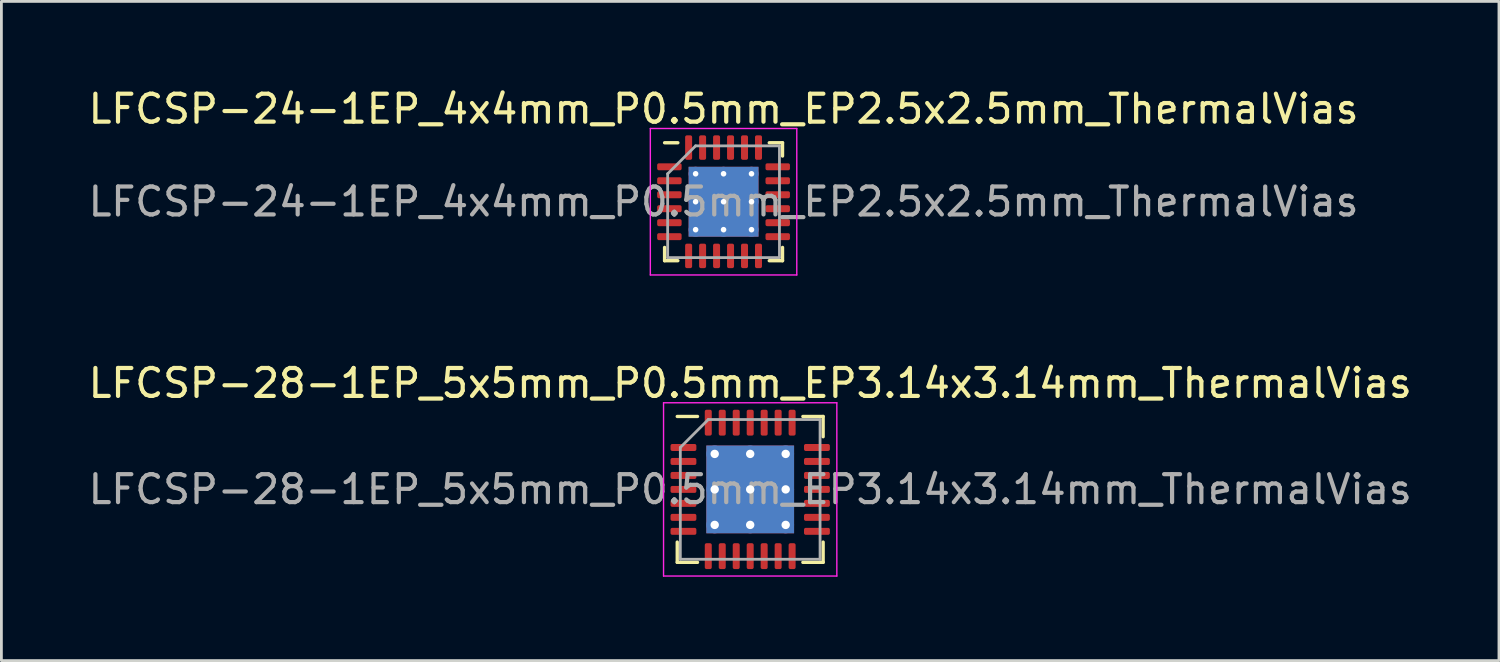
<source format=kicad_pcb>
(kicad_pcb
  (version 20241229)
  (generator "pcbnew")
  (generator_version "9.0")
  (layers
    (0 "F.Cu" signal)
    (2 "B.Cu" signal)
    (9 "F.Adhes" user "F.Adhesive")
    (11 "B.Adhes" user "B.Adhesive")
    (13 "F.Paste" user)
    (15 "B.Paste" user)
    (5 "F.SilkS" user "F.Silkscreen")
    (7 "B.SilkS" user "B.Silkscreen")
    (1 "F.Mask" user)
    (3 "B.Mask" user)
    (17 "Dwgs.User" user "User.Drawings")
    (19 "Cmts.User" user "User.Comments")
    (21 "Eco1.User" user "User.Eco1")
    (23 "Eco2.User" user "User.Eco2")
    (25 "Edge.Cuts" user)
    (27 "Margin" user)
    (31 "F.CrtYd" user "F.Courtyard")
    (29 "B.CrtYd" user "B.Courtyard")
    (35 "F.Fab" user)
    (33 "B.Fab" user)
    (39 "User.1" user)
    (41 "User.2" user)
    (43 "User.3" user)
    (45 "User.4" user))
  (footprint "LFCSP-24-1EP_4x4mm_P0.5mm_EP2.5x2.5mm_ThermalVias"
    (layer "F.Cu")
    (at 22.839 4.168)
    (property "Reference" "LFCSP-24-1EP_4x4mm_P0.5mm_EP2.5x2.5mm_ThermalVias" (at 0 -3.32 0) (layer "F.SilkS") (effects (font (size 1 1) (thickness 0.15))))
    (attr smd)
    (fp_line (start -2.11 2.11) (end -2.11 1.635) (stroke (width 0.12) (type solid)) (layer "F.SilkS"))
    (fp_line (start -1.635 -2.11) (end -2.11 -2.11) (stroke (width 0.12) (type solid)) (layer "F.SilkS"))
    (fp_line (start -1.635 2.11) (end -2.11 2.11) (stroke (width 0.12) (type solid)) (layer "F.SilkS"))
    (fp_line (start 1.635 -2.11) (end 2.11 -2.11) (stroke (width 0.12) (type solid)) (layer "F.SilkS"))
    (fp_line (start 1.635 2.11) (end 2.11 2.11) (stroke (width 0.12) (type solid)) (layer "F.SilkS"))
    (fp_line (start 2.11 -2.11) (end 2.11 -1.635) (stroke (width 0.12) (type solid)) (layer "F.SilkS"))
    (fp_line (start 2.11 2.11) (end 2.11 1.635) (stroke (width 0.12) (type solid)) (layer "F.SilkS"))
    (fp_line (start -2.62 -2.62) (end -2.62 2.62) (stroke (width 0.05) (type solid)) (layer "F.CrtYd"))
    (fp_line (start -2.62 2.62) (end 2.62 2.62) (stroke (width 0.05) (type solid)) (layer "F.CrtYd"))
    (fp_line (start 2.62 -2.62) (end -2.62 -2.62) (stroke (width 0.05) (type solid)) (layer "F.CrtYd"))
    (fp_line (start 2.62 2.62) (end 2.62 -2.62) (stroke (width 0.05) (type solid)) (layer "F.CrtYd"))
    (fp_line (start -2 -1) (end -1 -2) (stroke (width 0.1) (type solid)) (layer "F.Fab"))
    (fp_line (start -2 2) (end -2 -1) (stroke (width 0.1) (type solid)) (layer "F.Fab"))
    (fp_line (start -1 -2) (end 2 -2) (stroke (width 0.1) (type solid)) (layer "F.Fab"))
    (fp_line (start 2 -2) (end 2 2) (stroke (width 0.1) (type solid)) (layer "F.Fab"))
    (fp_line (start 2 2) (end -2 2) (stroke (width 0.1) (type solid)) (layer "F.Fab"))
    (fp_text user "${REFERENCE}" (at 0 0 0) (layer "F.Fab") (effects (font (size 1 1) (thickness 0.15))))
    (pad "" smd roundrect (at -0.625 -0.625) (size 1.08 1.08) (layers "F.Paste") (roundrect_rratio 0.231))
    (pad "" smd roundrect (at -0.625 0.625) (size 1.08 1.08) (layers "F.Paste") (roundrect_rratio 0.231))
    (pad "" smd roundrect (at 0.625 -0.625) (size 1.08 1.08) (layers "F.Paste") (roundrect_rratio 0.231))
    (pad "" smd roundrect (at 0.625 0.625) (size 1.08 1.08) (layers "F.Paste") (roundrect_rratio 0.231))
    (pad "1" smd roundrect (at -1.938 -1.25) (size 0.875 0.25) (layers "F.Cu" "F.Mask" "F.Paste") (roundrect_rratio 0.25))
    (pad "2" smd roundrect (at -1.938 -0.75) (size 0.875 0.25) (layers "F.Cu" "F.Mask" "F.Paste") (roundrect_rratio 0.25))
    (pad "3" smd roundrect (at -1.938 -0.25) (size 0.875 0.25) (layers "F.Cu" "F.Mask" "F.Paste") (roundrect_rratio 0.25))
    (pad "4" smd roundrect (at -1.938 0.25) (size 0.875 0.25) (layers "F.Cu" "F.Mask" "F.Paste") (roundrect_rratio 0.25))
    (pad "5" smd roundrect (at -1.938 0.75) (size 0.875 0.25) (layers "F.Cu" "F.Mask" "F.Paste") (roundrect_rratio 0.25))
    (pad "6" smd roundrect (at -1.938 1.25) (size 0.875 0.25) (layers "F.Cu" "F.Mask" "F.Paste") (roundrect_rratio 0.25))
    (pad "7" smd roundrect (at -1.25 1.938) (size 0.25 0.875) (layers "F.Cu" "F.Mask" "F.Paste") (roundrect_rratio 0.25))
    (pad "8" smd roundrect (at -0.75 1.938) (size 0.25 0.875) (layers "F.Cu" "F.Mask" "F.Paste") (roundrect_rratio 0.25))
    (pad "9" smd roundrect (at -0.25 1.938) (size 0.25 0.875) (layers "F.Cu" "F.Mask" "F.Paste") (roundrect_rratio 0.25))
    (pad "10" smd roundrect (at 0.25 1.938) (size 0.25 0.875) (layers "F.Cu" "F.Mask" "F.Paste") (roundrect_rratio 0.25))
    (pad "11" smd roundrect (at 0.75 1.938) (size 0.25 0.875) (layers "F.Cu" "F.Mask" "F.Paste") (roundrect_rratio 0.25))
    (pad "12" smd roundrect (at 1.25 1.938) (size 0.25 0.875) (layers "F.Cu" "F.Mask" "F.Paste") (roundrect_rratio 0.25))
    (pad "13" smd roundrect (at 1.938 1.25) (size 0.875 0.25) (layers "F.Cu" "F.Mask" "F.Paste") (roundrect_rratio 0.25))
    (pad "14" smd roundrect (at 1.938 0.75) (size 0.875 0.25) (layers "F.Cu" "F.Mask" "F.Paste") (roundrect_rratio 0.25))
    (pad "15" smd roundrect (at 1.938 0.25) (size 0.875 0.25) (layers "F.Cu" "F.Mask" "F.Paste") (roundrect_rratio 0.25))
    (pad "16" smd roundrect (at 1.938 -0.25) (size 0.875 0.25) (layers "F.Cu" "F.Mask" "F.Paste") (roundrect_rratio 0.25))
    (pad "17" smd roundrect (at 1.938 -0.75) (size 0.875 0.25) (layers "F.Cu" "F.Mask" "F.Paste") (roundrect_rratio 0.25))
    (pad "18" smd roundrect (at 1.938 -1.25) (size 0.875 0.25) (layers "F.Cu" "F.Mask" "F.Paste") (roundrect_rratio 0.25))
    (pad "19" smd roundrect (at 1.25 -1.938) (size 0.25 0.875) (layers "F.Cu" "F.Mask" "F.Paste") (roundrect_rratio 0.25))
    (pad "20" smd roundrect (at 0.75 -1.938) (size 0.25 0.875) (layers "F.Cu" "F.Mask" "F.Paste") (roundrect_rratio 0.25))
    (pad "21" smd roundrect (at 0.25 -1.938) (size 0.25 0.875) (layers "F.Cu" "F.Mask" "F.Paste") (roundrect_rratio 0.25))
    (pad "22" smd roundrect (at -0.25 -1.938) (size 0.25 0.875) (layers "F.Cu" "F.Mask" "F.Paste") (roundrect_rratio 0.25))
    (pad "23" smd roundrect (at -0.75 -1.938) (size 0.25 0.875) (layers "F.Cu" "F.Mask" "F.Paste") (roundrect_rratio 0.25))
    (pad "24" smd roundrect (at -1.25 -1.938) (size 0.25 0.875) (layers "F.Cu" "F.Mask" "F.Paste") (roundrect_rratio 0.25))
    (pad "25" thru_hole circle (at -1 -1) (size 0.5 0.5) (drill 0.2) (layers "*.Cu"))
    (pad "25" thru_hole circle (at -1 0) (size 0.5 0.5) (drill 0.2) (layers "*.Cu"))
    (pad "25" thru_hole circle (at -1 1) (size 0.5 0.5) (drill 0.2) (layers "*.Cu"))
    (pad "25" thru_hole circle (at 0 -1) (size 0.5 0.5) (drill 0.2) (layers "*.Cu"))
    (pad "25" thru_hole circle (at 0 0) (size 0.5 0.5) (drill 0.2) (layers "*.Cu"))
    (pad "25" smd rect (at 0 0) (size 2.5 2.5) (layers "F.Cu" "F.Mask"))
    (pad "25" smd rect (at 0 0) (size 2.5 2.5) (layers "B.Cu"))
    (pad "25" thru_hole circle (at 0 1) (size 0.5 0.5) (drill 0.2) (layers "*.Cu"))
    (pad "25" thru_hole circle (at 1 -1) (size 0.5 0.5) (drill 0.2) (layers "*.Cu"))
    (pad "25" thru_hole circle (at 1 0) (size 0.5 0.5) (drill 0.2) (layers "*.Cu"))
    (pad "25" thru_hole circle (at 1 1) (size 0.5 0.5) (drill 0.2) (layers "*.Cu")))
  (footprint "LFCSP-28-1EP_5x5mm_P0.5mm_EP3.14x3.14mm_ThermalVias"
    (layer "F.Cu")
    (at 23.792 14.461)
    (property "Reference" "LFCSP-28-1EP_5x5mm_P0.5mm_EP3.14x3.14mm_ThermalVias" (at 0 -3.8 0) (layer "F.SilkS") (effects (font (size 1 1) (thickness 0.15))))
    (attr smd)
    (fp_line (start -2.61 2.61) (end -2.61 1.885) (stroke (width 0.12) (type solid)) (layer "F.SilkS"))
    (fp_line (start -1.885 -2.61) (end -2.61 -2.61) (stroke (width 0.12) (type solid)) (layer "F.SilkS"))
    (fp_line (start -1.885 2.61) (end -2.61 2.61) (stroke (width 0.12) (type solid)) (layer "F.SilkS"))
    (fp_line (start 1.885 -2.61) (end 2.61 -2.61) (stroke (width 0.12) (type solid)) (layer "F.SilkS"))
    (fp_line (start 1.885 2.61) (end 2.61 2.61) (stroke (width 0.12) (type solid)) (layer "F.SilkS"))
    (fp_line (start 2.61 -2.61) (end 2.61 -1.885) (stroke (width 0.12) (type solid)) (layer "F.SilkS"))
    (fp_line (start 2.61 2.61) (end 2.61 1.885) (stroke (width 0.12) (type solid)) (layer "F.SilkS"))
    (fp_line (start -3.1 -3.1) (end -3.1 3.1) (stroke (width 0.05) (type solid)) (layer "F.CrtYd"))
    (fp_line (start -3.1 3.1) (end 3.1 3.1) (stroke (width 0.05) (type solid)) (layer "F.CrtYd"))
    (fp_line (start 3.1 -3.1) (end -3.1 -3.1) (stroke (width 0.05) (type solid)) (layer "F.CrtYd"))
    (fp_line (start 3.1 3.1) (end 3.1 -3.1) (stroke (width 0.05) (type solid)) (layer "F.CrtYd"))
    (fp_line (start -2.5 -1.5) (end -1.5 -2.5) (stroke (width 0.1) (type solid)) (layer "F.Fab"))
    (fp_line (start -2.5 2.5) (end -2.5 -1.5) (stroke (width 0.1) (type solid)) (layer "F.Fab"))
    (fp_line (start -1.5 -2.5) (end 2.5 -2.5) (stroke (width 0.1) (type solid)) (layer "F.Fab"))
    (fp_line (start 2.5 -2.5) (end 2.5 2.5) (stroke (width 0.1) (type solid)) (layer "F.Fab"))
    (fp_line (start 2.5 2.5) (end -2.5 2.5) (stroke (width 0.1) (type solid)) (layer "F.Fab"))
    (fp_text user "${REFERENCE}" (at 0 0 0) (layer "F.Fab") (effects (font (size 1 1) (thickness 0.15))))
    (pad "" smd roundrect (at -0.785 -0.785) (size 1.31 1.31) (layers "F.Paste") (roundrect_rratio 0.191))
    (pad "" smd roundrect (at -0.785 0.785) (size 1.31 1.31) (layers "F.Paste") (roundrect_rratio 0.191))
    (pad "" smd roundrect (at 0.785 -0.785) (size 1.31 1.31) (layers "F.Paste") (roundrect_rratio 0.191))
    (pad "" smd roundrect (at 0.785 0.785) (size 1.31 1.31) (layers "F.Paste") (roundrect_rratio 0.191))
    (pad "1" smd roundrect (at -2.388 -1.5) (size 0.925 0.25) (layers "F.Cu" "F.Mask" "F.Paste") (roundrect_rratio 0.25))
    (pad "2" smd roundrect (at -2.388 -1) (size 0.925 0.25) (layers "F.Cu" "F.Mask" "F.Paste") (roundrect_rratio 0.25))
    (pad "3" smd roundrect (at -2.388 -0.5) (size 0.925 0.25) (layers "F.Cu" "F.Mask" "F.Paste") (roundrect_rratio 0.25))
    (pad "4" smd roundrect (at -2.388 0) (size 0.925 0.25) (layers "F.Cu" "F.Mask" "F.Paste") (roundrect_rratio 0.25))
    (pad "5" smd roundrect (at -2.388 0.5) (size 0.925 0.25) (layers "F.Cu" "F.Mask" "F.Paste") (roundrect_rratio 0.25))
    (pad "6" smd roundrect (at -2.388 1) (size 0.925 0.25) (layers "F.Cu" "F.Mask" "F.Paste") (roundrect_rratio 0.25))
    (pad "7" smd roundrect (at -2.388 1.5) (size 0.925 0.25) (layers "F.Cu" "F.Mask" "F.Paste") (roundrect_rratio 0.25))
    (pad "8" smd roundrect (at -1.5 2.388) (size 0.25 0.925) (layers "F.Cu" "F.Mask" "F.Paste") (roundrect_rratio 0.25))
    (pad "9" smd roundrect (at -1 2.388) (size 0.25 0.925) (layers "F.Cu" "F.Mask" "F.Paste") (roundrect_rratio 0.25))
    (pad "10" smd roundrect (at -0.5 2.388) (size 0.25 0.925) (layers "F.Cu" "F.Mask" "F.Paste") (roundrect_rratio 0.25))
    (pad "11" smd roundrect (at 0 2.388) (size 0.25 0.925) (layers "F.Cu" "F.Mask" "F.Paste") (roundrect_rratio 0.25))
    (pad "12" smd roundrect (at 0.5 2.388) (size 0.25 0.925) (layers "F.Cu" "F.Mask" "F.Paste") (roundrect_rratio 0.25))
    (pad "13" smd roundrect (at 1 2.388) (size 0.25 0.925) (layers "F.Cu" "F.Mask" "F.Paste") (roundrect_rratio 0.25))
    (pad "14" smd roundrect (at 1.5 2.388) (size 0.25 0.925) (layers "F.Cu" "F.Mask" "F.Paste") (roundrect_rratio 0.25))
    (pad "15" smd roundrect (at 2.388 1.5) (size 0.925 0.25) (layers "F.Cu" "F.Mask" "F.Paste") (roundrect_rratio 0.25))
    (pad "16" smd roundrect (at 2.388 1) (size 0.925 0.25) (layers "F.Cu" "F.Mask" "F.Paste") (roundrect_rratio 0.25))
    (pad "17" smd roundrect (at 2.388 0.5) (size 0.925 0.25) (layers "F.Cu" "F.Mask" "F.Paste") (roundrect_rratio 0.25))
    (pad "18" smd roundrect (at 2.388 0) (size 0.925 0.25) (layers "F.Cu" "F.Mask" "F.Paste") (roundrect_rratio 0.25))
    (pad "19" smd roundrect (at 2.388 -0.5) (size 0.925 0.25) (layers "F.Cu" "F.Mask" "F.Paste") (roundrect_rratio 0.25))
    (pad "20" smd roundrect (at 2.388 -1) (size 0.925 0.25) (layers "F.Cu" "F.Mask" "F.Paste") (roundrect_rratio 0.25))
    (pad "21" smd roundrect (at 2.388 -1.5) (size 0.925 0.25) (layers "F.Cu" "F.Mask" "F.Paste") (roundrect_rratio 0.25))
    (pad "22" smd roundrect (at 1.5 -2.388) (size 0.25 0.925) (layers "F.Cu" "F.Mask" "F.Paste") (roundrect_rratio 0.25))
    (pad "23" smd roundrect (at 1 -2.388) (size 0.25 0.925) (layers "F.Cu" "F.Mask" "F.Paste") (roundrect_rratio 0.25))
    (pad "24" smd roundrect (at 0.5 -2.388) (size 0.25 0.925) (layers "F.Cu" "F.Mask" "F.Paste") (roundrect_rratio 0.25))
    (pad "25" smd roundrect (at 0 -2.388) (size 0.25 0.925) (layers "F.Cu" "F.Mask" "F.Paste") (roundrect_rratio 0.25))
    (pad "26" smd roundrect (at -0.5 -2.388) (size 0.25 0.925) (layers "F.Cu" "F.Mask" "F.Paste") (roundrect_rratio 0.25))
    (pad "27" smd roundrect (at -1 -2.388) (size 0.25 0.925) (layers "F.Cu" "F.Mask" "F.Paste") (roundrect_rratio 0.25))
    (pad "28" smd roundrect (at -1.5 -2.388) (size 0.25 0.925) (layers "F.Cu" "F.Mask" "F.Paste") (roundrect_rratio 0.25))
    (pad "29" thru_hole circle (at -1.27 -1.27) (size 0.6 0.6) (drill 0.3) (layers "*.Cu"))
    (pad "29" thru_hole circle (at -1.27 0) (size 0.6 0.6) (drill 0.3) (layers "*.Cu"))
    (pad "29" thru_hole circle (at -1.27 1.27) (size 0.6 0.6) (drill 0.3) (layers "*.Cu"))
    (pad "29" thru_hole circle (at 0 -1.27) (size 0.6 0.6) (drill 0.3) (layers "*.Cu"))
    (pad "29" thru_hole circle (at 0 0) (size 0.6 0.6) (drill 0.3) (layers "*.Cu"))
    (pad "29" smd rect (at 0 0) (size 3.14 3.14) (layers "F.Cu" "F.Mask"))
    (pad "29" smd rect (at 0 0) (size 3.14 3.14) (layers "B.Cu"))
    (pad "29" thru_hole circle (at 0 1.27) (size 0.6 0.6) (drill 0.3) (layers "*.Cu"))
    (pad "29" thru_hole circle (at 1.27 -1.27) (size 0.6 0.6) (drill 0.3) (layers "*.Cu"))
    (pad "29" thru_hole circle (at 1.27 0) (size 0.6 0.6) (drill 0.3) (layers "*.Cu"))
    (pad "29" thru_hole circle (at 1.27 1.27) (size 0.6 0.6) (drill 0.3) (layers "*.Cu")))
  (gr_rect
    (start -3 -3)
    (end 50.583 20.587)
    (stroke (width 0.1) (type default))
    (fill no)
    (layer "Edge.Cuts")))
</source>
